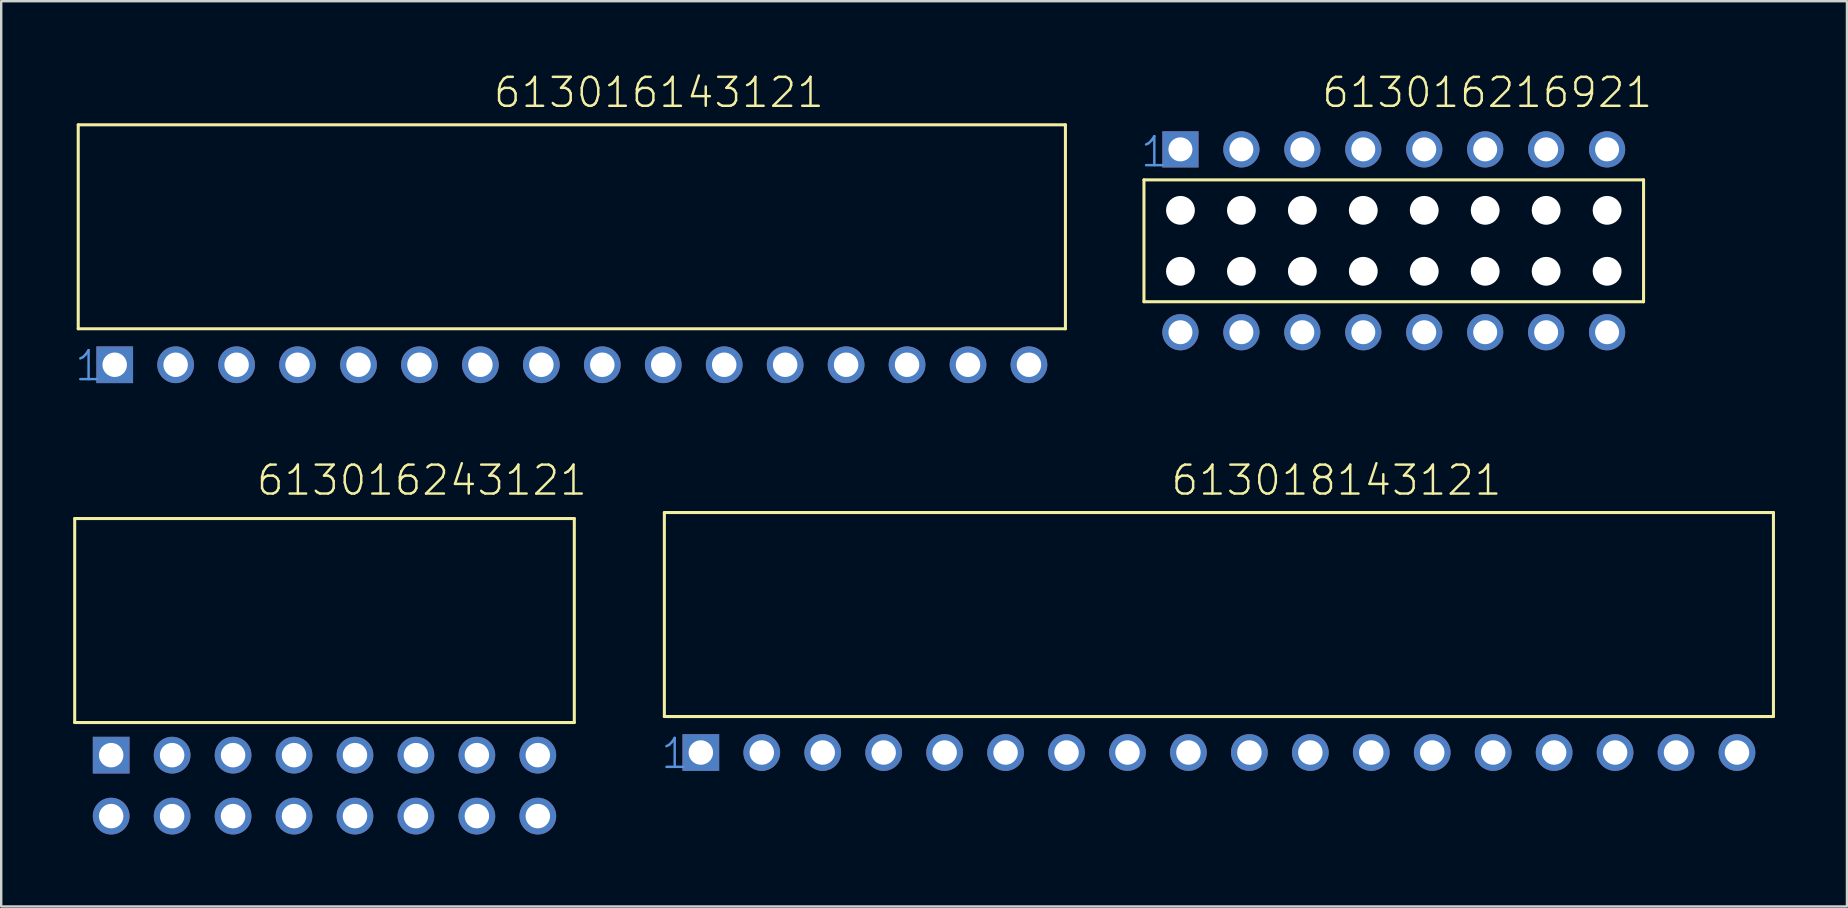
<source format=kicad_pcb>
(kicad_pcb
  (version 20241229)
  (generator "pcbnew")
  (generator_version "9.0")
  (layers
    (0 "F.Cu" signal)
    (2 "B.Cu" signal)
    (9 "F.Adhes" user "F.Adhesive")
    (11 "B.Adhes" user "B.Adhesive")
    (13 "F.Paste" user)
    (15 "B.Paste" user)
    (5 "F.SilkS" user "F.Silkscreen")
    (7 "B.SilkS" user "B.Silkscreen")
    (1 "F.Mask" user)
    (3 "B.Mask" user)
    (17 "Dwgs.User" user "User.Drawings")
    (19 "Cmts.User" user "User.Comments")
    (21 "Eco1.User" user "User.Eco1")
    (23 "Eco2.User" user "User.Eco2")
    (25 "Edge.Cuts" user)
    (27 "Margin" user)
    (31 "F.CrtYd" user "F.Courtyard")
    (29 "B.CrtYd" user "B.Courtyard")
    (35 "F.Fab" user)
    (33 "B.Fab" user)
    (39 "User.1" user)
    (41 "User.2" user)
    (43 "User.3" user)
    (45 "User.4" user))
  (footprint "613016216921"
    (layer "F.Cu")
    (at 55.033 6.985)
    (property "Reference" "613016216921" (at -3.063 -5.474 0) (layer "F.SilkS") (effects (font (size 1.206 1.206) (thickness 0.102)) (justify left bottom)))
    (attr through_hole)
    (fp_line (start -10.41 -2.54) (end -10.41 2.54) (stroke (width 0.127) (type solid)) (layer "F.SilkS"))
    (fp_line (start -10.41 2.54) (end 10.41 2.54) (stroke (width 0.127) (type solid)) (layer "F.SilkS"))
    (fp_line (start 10.41 -2.54) (end -10.41 -2.54) (stroke (width 0.127) (type solid)) (layer "F.SilkS"))
    (fp_line (start 10.41 2.54) (end 10.41 -2.54) (stroke (width 0.127) (type solid)) (layer "F.SilkS"))
    (fp_text user "1" (at -10.62 -3 0) (layer "Cmts.User") (effects (font (size 1.206 1.206) (thickness 0.102)) (justify left bottom)))
    (pad "" np_thru_hole circle (at -8.89 -1.27) (size 1.2 1.2) (drill 1.2) (layers "*.Cu"))
    (pad "" np_thru_hole circle (at -8.89 1.27) (size 1.2 1.2) (drill 1.2) (layers "*.Cu"))
    (pad "" np_thru_hole circle (at -6.35 -1.27) (size 1.2 1.2) (drill 1.2) (layers "*.Cu"))
    (pad "" np_thru_hole circle (at -6.35 1.27) (size 1.2 1.2) (drill 1.2) (layers "*.Cu"))
    (pad "" np_thru_hole circle (at -3.81 -1.27) (size 1.2 1.2) (drill 1.2) (layers "*.Cu"))
    (pad "" np_thru_hole circle (at -3.81 1.27) (size 1.2 1.2) (drill 1.2) (layers "*.Cu"))
    (pad "" np_thru_hole circle (at -1.27 -1.27) (size 1.2 1.2) (drill 1.2) (layers "*.Cu"))
    (pad "" np_thru_hole circle (at -1.27 1.27) (size 1.2 1.2) (drill 1.2) (layers "*.Cu"))
    (pad "" np_thru_hole circle (at 1.27 -1.27) (size 1.2 1.2) (drill 1.2) (layers "*.Cu"))
    (pad "" np_thru_hole circle (at 1.27 1.27) (size 1.2 1.2) (drill 1.2) (layers "*.Cu"))
    (pad "" np_thru_hole circle (at 3.81 -1.27) (size 1.2 1.2) (drill 1.2) (layers "*.Cu"))
    (pad "" np_thru_hole circle (at 3.81 1.27) (size 1.2 1.2) (drill 1.2) (layers "*.Cu"))
    (pad "" np_thru_hole circle (at 6.35 -1.27) (size 1.2 1.2) (drill 1.2) (layers "*.Cu"))
    (pad "" np_thru_hole circle (at 6.35 1.27) (size 1.2 1.2) (drill 1.2) (layers "*.Cu"))
    (pad "" np_thru_hole circle (at 8.89 -1.27) (size 1.2 1.2) (drill 1.2) (layers "*.Cu"))
    (pad "" np_thru_hole circle (at 8.89 1.27) (size 1.2 1.2) (drill 1.2) (layers "*.Cu"))
    (pad "1" thru_hole rect (at -8.89 -3.81) (size 1.508 1.508) (drill 1) (layers "*.Cu" "*.Mask"))
    (pad "2" thru_hole circle (at -6.35 -3.81) (size 1.508 1.508) (drill 1) (layers "*.Cu" "*.Mask"))
    (pad "3" thru_hole circle (at -3.81 -3.81) (size 1.508 1.508) (drill 1) (layers "*.Cu" "*.Mask"))
    (pad "4" thru_hole circle (at -1.27 -3.81) (size 1.508 1.508) (drill 1) (layers "*.Cu" "*.Mask"))
    (pad "5" thru_hole circle (at 1.27 -3.81) (size 1.508 1.508) (drill 1) (layers "*.Cu" "*.Mask"))
    (pad "6" thru_hole circle (at 3.81 -3.81) (size 1.508 1.508) (drill 1) (layers "*.Cu" "*.Mask"))
    (pad "7" thru_hole circle (at 6.35 -3.81) (size 1.508 1.508) (drill 1) (layers "*.Cu" "*.Mask"))
    (pad "8" thru_hole circle (at 8.89 -3.81) (size 1.508 1.508) (drill 1) (layers "*.Cu" "*.Mask"))
    (pad "9" thru_hole circle (at 8.89 3.81) (size 1.508 1.508) (drill 1) (layers "*.Cu" "*.Mask"))
    (pad "10" thru_hole circle (at 6.35 3.81) (size 1.508 1.508) (drill 1) (layers "*.Cu" "*.Mask"))
    (pad "11" thru_hole circle (at 3.81 3.81) (size 1.508 1.508) (drill 1) (layers "*.Cu" "*.Mask"))
    (pad "12" thru_hole circle (at 1.27 3.81) (size 1.508 1.508) (drill 1) (layers "*.Cu" "*.Mask"))
    (pad "13" thru_hole circle (at -1.27 3.81) (size 1.508 1.508) (drill 1) (layers "*.Cu" "*.Mask"))
    (pad "14" thru_hole circle (at -3.81 3.81) (size 1.508 1.508) (drill 1) (layers "*.Cu" "*.Mask"))
    (pad "15" thru_hole circle (at -6.35 3.81) (size 1.508 1.508) (drill 1) (layers "*.Cu" "*.Mask"))
    (pad "16" thru_hole circle (at -8.89 3.81) (size 1.508 1.508) (drill 1) (layers "*.Cu" "*.Mask")))
  (footprint "613016143121"
    (layer "F.Cu")
    (at 20.78 12.151)
    (property "Reference" "613016143121" (at -3.33 -10.64 0) (layer "F.SilkS") (effects (font (size 1.206 1.206) (thickness 0.102)) (justify left bottom)))
    (attr through_hole)
    (fp_line (start -20.57 -10) (end -20.57 -1.5) (stroke (width 0.127) (type solid)) (layer "F.SilkS"))
    (fp_line (start -20.57 -10) (end 20.57 -10) (stroke (width 0.127) (type solid)) (layer "F.SilkS"))
    (fp_line (start -20.57 -1.5) (end 20.57 -1.5) (stroke (width 0.127) (type solid)) (layer "F.SilkS"))
    (fp_line (start 20.57 -10) (end 20.57 -1.5) (stroke (width 0.127) (type solid)) (layer "F.SilkS"))
    (fp_text user "1" (at -20.78 0.75 0) (layer "Cmts.User") (effects (font (size 1.206 1.206) (thickness 0.102)) (justify left bottom)))
    (pad "1" thru_hole rect (at -19.05 0) (size 1.53 1.53) (drill 1.02) (layers "*.Cu" "*.Mask"))
    (pad "2" thru_hole circle (at -16.51 0) (size 1.53 1.53) (drill 1.02) (layers "*.Cu" "*.Mask"))
    (pad "3" thru_hole circle (at -13.97 0) (size 1.53 1.53) (drill 1.02) (layers "*.Cu" "*.Mask"))
    (pad "4" thru_hole circle (at -11.43 0) (size 1.53 1.53) (drill 1.02) (layers "*.Cu" "*.Mask"))
    (pad "5" thru_hole circle (at -8.89 0) (size 1.53 1.53) (drill 1.02) (layers "*.Cu" "*.Mask"))
    (pad "6" thru_hole circle (at -6.35 0) (size 1.53 1.53) (drill 1.02) (layers "*.Cu" "*.Mask"))
    (pad "7" thru_hole circle (at -3.81 0) (size 1.53 1.53) (drill 1.02) (layers "*.Cu" "*.Mask"))
    (pad "8" thru_hole circle (at -1.27 0) (size 1.53 1.53) (drill 1.02) (layers "*.Cu" "*.Mask"))
    (pad "9" thru_hole circle (at 1.27 0) (size 1.53 1.53) (drill 1.02) (layers "*.Cu" "*.Mask"))
    (pad "10" thru_hole circle (at 3.81 0) (size 1.53 1.53) (drill 1.02) (layers "*.Cu" "*.Mask"))
    (pad "11" thru_hole circle (at 6.35 0) (size 1.53 1.53) (drill 1.02) (layers "*.Cu" "*.Mask"))
    (pad "12" thru_hole circle (at 8.89 0) (size 1.53 1.53) (drill 1.02) (layers "*.Cu" "*.Mask"))
    (pad "13" thru_hole circle (at 11.43 0) (size 1.53 1.53) (drill 1.02) (layers "*.Cu" "*.Mask"))
    (pad "14" thru_hole circle (at 13.97 0) (size 1.53 1.53) (drill 1.02) (layers "*.Cu" "*.Mask"))
    (pad "15" thru_hole circle (at 16.51 0) (size 1.53 1.53) (drill 1.02) (layers "*.Cu" "*.Mask"))
    (pad "16" thru_hole circle (at 19.05 0) (size 1.53 1.53) (drill 1.02) (layers "*.Cu" "*.Mask")))
  (footprint "613016243121"
    (layer "F.Cu")
    (at 10.473 28.42)
    (property "Reference" "613016243121" (at -2.9 -10.75 0) (layer "F.SilkS") (effects (font (size 1.206 1.206) (thickness 0.102)) (justify left bottom)))
    (attr through_hole)
    (fp_line (start -10.41 -9.86) (end -10.41 -1.36) (stroke (width 0.127) (type solid)) (layer "F.SilkS"))
    (fp_line (start -10.41 -9.86) (end 10.41 -9.86) (stroke (width 0.127) (type solid)) (layer "F.SilkS"))
    (fp_line (start -10.41 -1.36) (end 10.41 -1.36) (stroke (width 0.127) (type solid)) (layer "F.SilkS"))
    (fp_line (start 10.41 -1.36) (end 10.41 -9.86) (stroke (width 0.127) (type solid)) (layer "F.SilkS"))
    (pad "1" thru_hole rect (at -8.89 0) (size 1.53 1.53) (drill 1.02) (layers "*.Cu" "*.Mask"))
    (pad "2" thru_hole circle (at -6.35 0) (size 1.53 1.53) (drill 1.02) (layers "*.Cu" "*.Mask"))
    (pad "3" thru_hole circle (at -3.81 0) (size 1.53 1.53) (drill 1.02) (layers "*.Cu" "*.Mask"))
    (pad "4" thru_hole circle (at -1.27 0) (size 1.53 1.53) (drill 1.02) (layers "*.Cu" "*.Mask"))
    (pad "5" thru_hole circle (at 1.27 0) (size 1.53 1.53) (drill 1.02) (layers "*.Cu" "*.Mask"))
    (pad "6" thru_hole circle (at 3.81 0) (size 1.53 1.53) (drill 1.02) (layers "*.Cu" "*.Mask"))
    (pad "7" thru_hole circle (at 6.35 0) (size 1.53 1.53) (drill 1.02) (layers "*.Cu" "*.Mask"))
    (pad "8" thru_hole circle (at 8.89 0) (size 1.53 1.53) (drill 1.02) (layers "*.Cu" "*.Mask"))
    (pad "9" thru_hole circle (at 8.89 2.54) (size 1.53 1.53) (drill 1.02) (layers "*.Cu" "*.Mask"))
    (pad "10" thru_hole circle (at 6.35 2.54) (size 1.53 1.53) (drill 1.02) (layers "*.Cu" "*.Mask"))
    (pad "11" thru_hole circle (at 3.81 2.54) (size 1.53 1.53) (drill 1.02) (layers "*.Cu" "*.Mask"))
    (pad "12" thru_hole circle (at 1.27 2.54) (size 1.53 1.53) (drill 1.02) (layers "*.Cu" "*.Mask"))
    (pad "13" thru_hole circle (at -1.27 2.54) (size 1.53 1.53) (drill 1.02) (layers "*.Cu" "*.Mask"))
    (pad "14" thru_hole circle (at -3.81 2.54) (size 1.53 1.53) (drill 1.02) (layers "*.Cu" "*.Mask"))
    (pad "15" thru_hole circle (at -6.35 2.54) (size 1.53 1.53) (drill 1.02) (layers "*.Cu" "*.Mask"))
    (pad "16" thru_hole circle (at -8.89 2.54) (size 1.53 1.53) (drill 1.02) (layers "*.Cu" "*.Mask")))
  (footprint "613018143121"
    (layer "F.Cu")
    (at 47.746 28.31)
    (property "Reference" "613018143121" (at -2.06 -10.64 0) (layer "F.SilkS") (effects (font (size 1.206 1.206) (thickness 0.102)) (justify left bottom)))
    (attr through_hole)
    (fp_line (start -23.11 -10) (end -23.11 -1.5) (stroke (width 0.127) (type solid)) (layer "F.SilkS"))
    (fp_line (start -23.11 -10) (end 23.11 -10) (stroke (width 0.127) (type solid)) (layer "F.SilkS"))
    (fp_line (start -23.11 -1.5) (end 23.11 -1.5) (stroke (width 0.127) (type solid)) (layer "F.SilkS"))
    (fp_line (start 23.11 -10) (end 23.11 -1.5) (stroke (width 0.127) (type solid)) (layer "F.SilkS"))
    (fp_text user "1" (at -23.32 0.75 0) (layer "Cmts.User") (effects (font (size 1.206 1.206) (thickness 0.102)) (justify left bottom)))
    (pad "1" thru_hole rect (at -21.59 0) (size 1.53 1.53) (drill 1.02) (layers "*.Cu" "*.Mask"))
    (pad "2" thru_hole circle (at -19.05 0) (size 1.53 1.53) (drill 1.02) (layers "*.Cu" "*.Mask"))
    (pad "3" thru_hole circle (at -16.51 0) (size 1.53 1.53) (drill 1.02) (layers "*.Cu" "*.Mask"))
    (pad "4" thru_hole circle (at -13.97 0) (size 1.53 1.53) (drill 1.02) (layers "*.Cu" "*.Mask"))
    (pad "5" thru_hole circle (at -11.43 0) (size 1.53 1.53) (drill 1.02) (layers "*.Cu" "*.Mask"))
    (pad "6" thru_hole circle (at -8.89 0) (size 1.53 1.53) (drill 1.02) (layers "*.Cu" "*.Mask"))
    (pad "7" thru_hole circle (at -6.35 0) (size 1.53 1.53) (drill 1.02) (layers "*.Cu" "*.Mask"))
    (pad "8" thru_hole circle (at -3.81 0) (size 1.53 1.53) (drill 1.02) (layers "*.Cu" "*.Mask"))
    (pad "9" thru_hole circle (at -1.27 0) (size 1.53 1.53) (drill 1.02) (layers "*.Cu" "*.Mask"))
    (pad "10" thru_hole circle (at 1.27 0) (size 1.53 1.53) (drill 1.02) (layers "*.Cu" "*.Mask"))
    (pad "11" thru_hole circle (at 3.81 0) (size 1.53 1.53) (drill 1.02) (layers "*.Cu" "*.Mask"))
    (pad "12" thru_hole circle (at 6.35 0) (size 1.53 1.53) (drill 1.02) (layers "*.Cu" "*.Mask"))
    (pad "13" thru_hole circle (at 8.89 0) (size 1.53 1.53) (drill 1.02) (layers "*.Cu" "*.Mask"))
    (pad "14" thru_hole circle (at 11.43 0) (size 1.53 1.53) (drill 1.02) (layers "*.Cu" "*.Mask"))
    (pad "15" thru_hole circle (at 13.97 0) (size 1.53 1.53) (drill 1.02) (layers "*.Cu" "*.Mask"))
    (pad "16" thru_hole circle (at 16.51 0) (size 1.53 1.53) (drill 1.02) (layers "*.Cu" "*.Mask"))
    (pad "17" thru_hole circle (at 19.05 0) (size 1.53 1.53) (drill 1.02) (layers "*.Cu" "*.Mask"))
    (pad "18" thru_hole circle (at 21.59 0) (size 1.53 1.53) (drill 1.02) (layers "*.Cu" "*.Mask")))
  (gr_rect
    (start -3 -3)
    (end 73.919 34.725)
    (stroke (width 0.1) (type default))
    (fill no)
    (layer "Edge.Cuts")))
</source>
